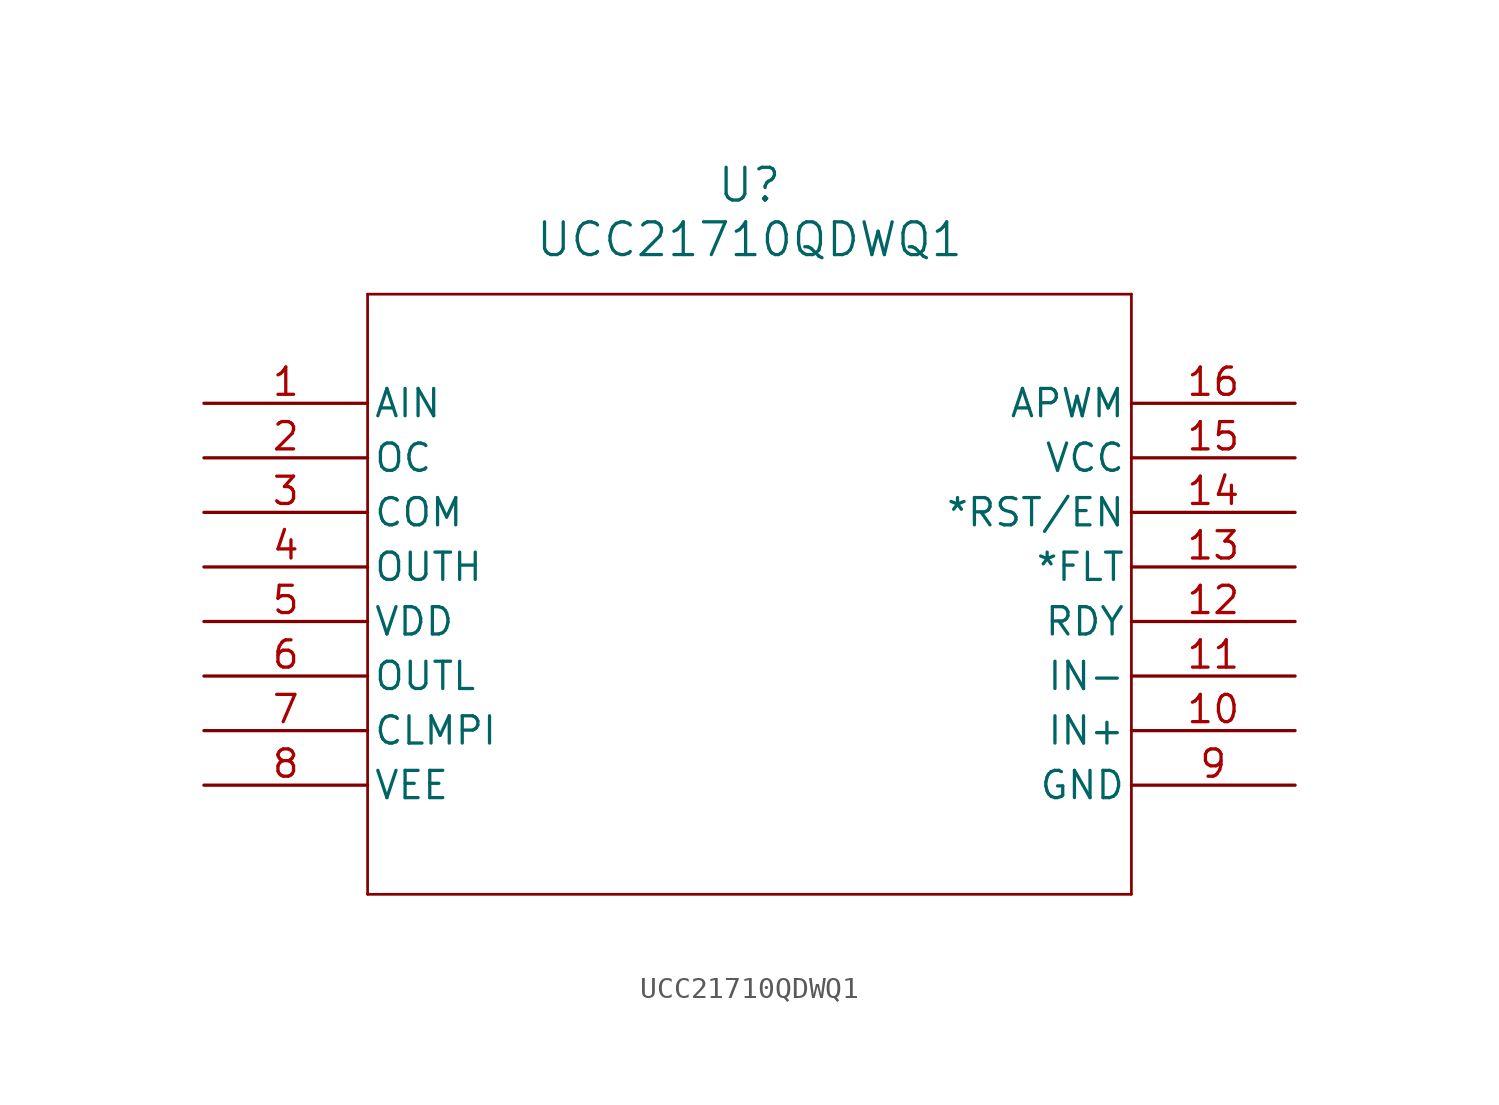
<source format=kicad_sym>
(kicad_symbol_lib
  (version 20211014)
  (generator kicad_symbol_editor)
  (symbol "UCC21710QDWQ1"
    (pin_names
      (offset 0.254))
    (property "Reference" "U"
      (at 25.4 10.16 0)
      (effects (font (size 1.524 1.524))))
    (property "Value" "UCC21710QDWQ1"
      (at 25.4 7.62 0)
      (effects (font (size 1.524 1.524))))
    (symbol "UCC21710QDWQ1_0_1"
      (polyline (pts (xy 7.62 5.08) (xy 7.62 -22.86)) (stroke (width 0.127) (type default) (color 0 0 0 0)) (fill (type none)))
      (polyline (pts (xy 7.62 -22.86) (xy 43.18 -22.86)) (stroke (width 0.127) (type default) (color 0 0 0 0)) (fill (type none)))
      (polyline (pts (xy 43.18 -22.86) (xy 43.18 5.08)) (stroke (width 0.127) (type default) (color 0 0 0 0)) (fill (type none)))
      (polyline (pts (xy 43.18 5.08) (xy 7.62 5.08)) (stroke (width 0.127) (type default) (color 0 0 0 0)) (fill (type none)))
      (pin input line (at 0 0 0) (length 7.62) (name "AIN" (effects (font (size 1.27 1.27)))) (number "1" (effects (font (size 1.27 1.27)))))
      (pin input line (at 0 -2.54 0) (length 7.62) (name "OC" (effects (font (size 1.27 1.27)))) (number "2" (effects (font (size 1.27 1.27)))))
      (pin power_in line (at 0 -5.08 0) (length 7.62) (name "COM" (effects (font (size 1.27 1.27)))) (number "3" (effects (font (size 1.27 1.27)))))
      (pin output line (at 0 -7.62 0) (length 7.62) (name "OUTH" (effects (font (size 1.27 1.27)))) (number "4" (effects (font (size 1.27 1.27)))))
      (pin power_in line (at 0 -10.16 0) (length 7.62) (name "VDD" (effects (font (size 1.27 1.27)))) (number "5" (effects (font (size 1.27 1.27)))))
      (pin output line (at 0 -12.7 0) (length 7.62) (name "OUTL" (effects (font (size 1.27 1.27)))) (number "6" (effects (font (size 1.27 1.27)))))
      (pin input line (at 0 -15.24 0) (length 7.62) (name "CLMPI" (effects (font (size 1.27 1.27)))) (number "7" (effects (font (size 1.27 1.27)))))
      (pin power_in line (at 0 -17.78 0) (length 7.62) (name "VEE" (effects (font (size 1.27 1.27)))) (number "8" (effects (font (size 1.27 1.27)))))
      (pin power_out line (at 50.8 -17.78 180) (length 7.62) (name "GND" (effects (font (size 1.27 1.27)))) (number "9" (effects (font (size 1.27 1.27)))))
      (pin input line (at 50.8 -15.24 180) (length 7.62) (name "IN+" (effects (font (size 1.27 1.27)))) (number "10" (effects (font (size 1.27 1.27)))))
      (pin input line (at 50.8 -12.7 180) (length 7.62) (name "IN-" (effects (font (size 1.27 1.27)))) (number "11" (effects (font (size 1.27 1.27)))))
      (pin output line (at 50.8 -10.16 180) (length 7.62) (name "RDY" (effects (font (size 1.27 1.27)))) (number "12" (effects (font (size 1.27 1.27)))))
      (pin output line (at 50.8 -7.62 180) (length 7.62) (name "*FLT" (effects (font (size 1.27 1.27)))) (number "13" (effects (font (size 1.27 1.27)))))
      (pin input line (at 50.8 -5.08 180) (length 7.62) (name "*RST/EN" (effects (font (size 1.27 1.27)))) (number "14" (effects (font (size 1.27 1.27)))))
      (pin power_in line (at 50.8 -2.54 180) (length 7.62) (name "VCC" (effects (font (size 1.27 1.27)))) (number "15" (effects (font (size 1.27 1.27)))))
      (pin output line (at 50.8 0 180) (length 7.62) (name "APWM" (effects (font (size 1.27 1.27)))) (number "16" (effects (font (size 1.27 1.27))))))))
</source>
